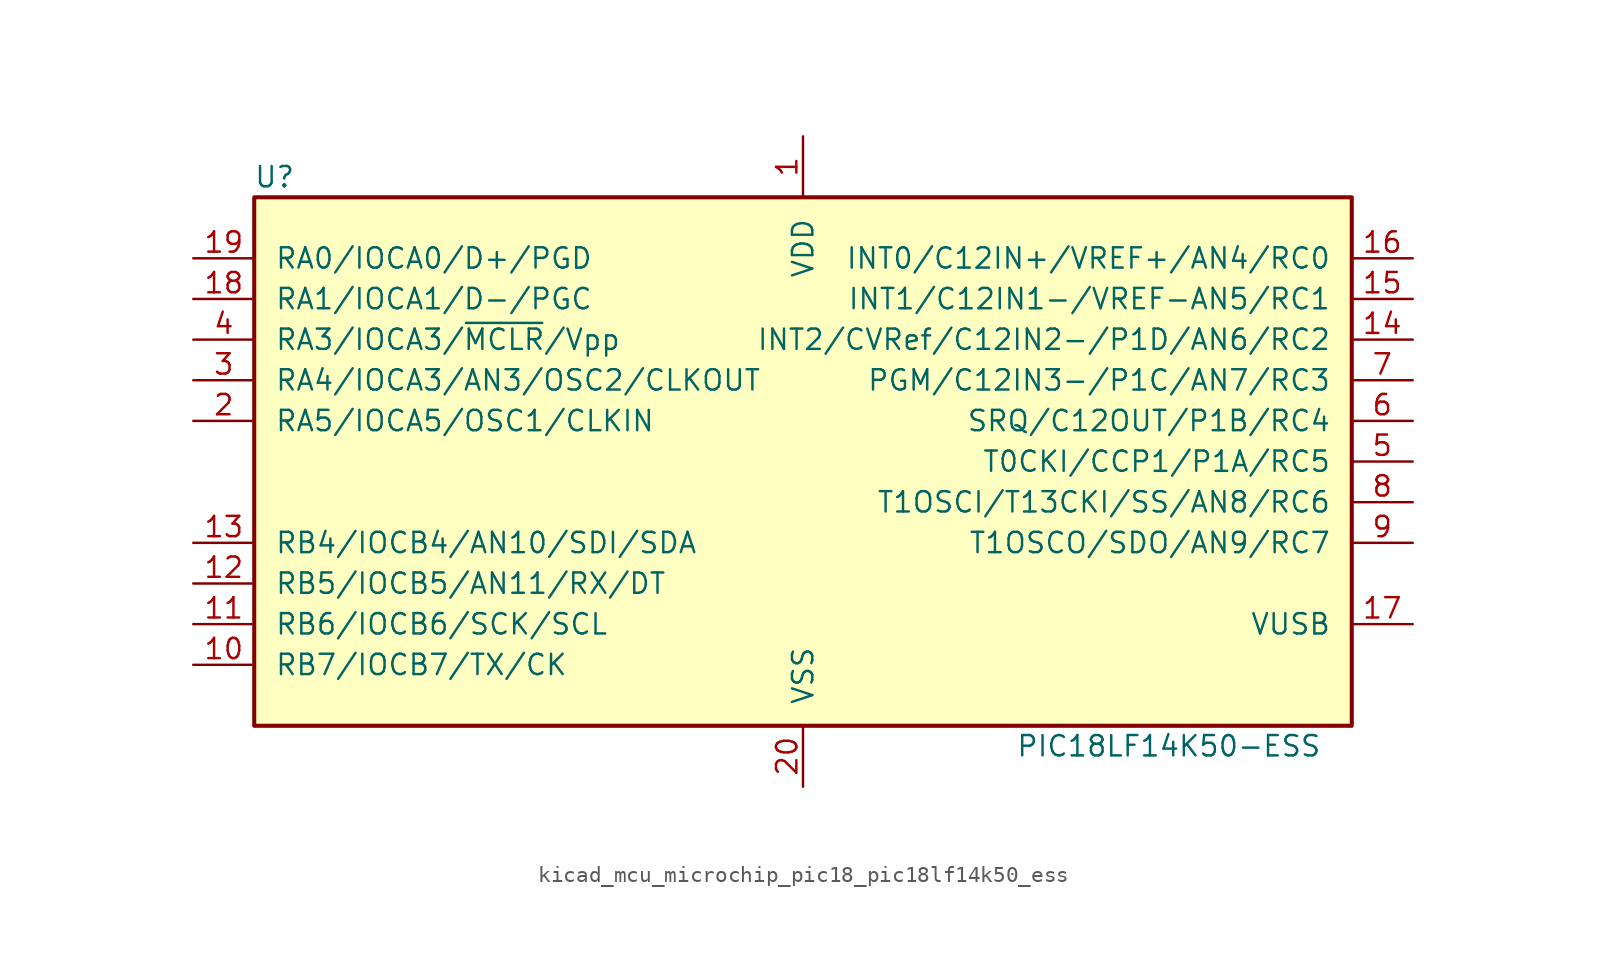
<source format=kicad_sym>
(kicad_symbol_lib
  (version 20220914)
  (generator kicad_symbol_editor)
  (symbol "kicad_mcu_microchip_pic18_pic18lf14k50_ess"
    (pin_names
      (offset 1.27))
    (property "Reference" "U"
      (at -33.02 17.78 0)
      (effects (font (size 1.27 1.27))))
    (property "Value" "PIC18LF14K50-ESS"
      (at 22.86 -17.78 0)
      (effects (font (size 1.27 1.27))))
    (symbol "kicad_mcu_microchip_pic18_pic18lf14k50_ess_0_1"
      (rectangle (start -34.29 16.51) (end 34.29 -16.51) (stroke (width 0.254) (type default)) (fill (type background))))
    (symbol "kicad_mcu_microchip_pic18_pic18lf14k50_ess_1_1"
      (pin power_in line (at 0 20.32 270) (length 3.81) (name "VDD" (effects (font (size 1.27 1.27)))) (number "1" (effects (font (size 1.27 1.27)))))
      (pin bidirectional line (at -38.1 -12.7 0) (length 3.81) (name "RB7/IOCB7/TX/CK" (effects (font (size 1.27 1.27)))) (number "10" (effects (font (size 1.27 1.27)))))
      (pin bidirectional line (at -38.1 -10.16 0) (length 3.81) (name "RB6/IOCB6/SCK/SCL" (effects (font (size 1.27 1.27)))) (number "11" (effects (font (size 1.27 1.27)))))
      (pin bidirectional line (at -38.1 -7.62 0) (length 3.81) (name "RB5/IOCB5/AN11/RX/DT" (effects (font (size 1.27 1.27)))) (number "12" (effects (font (size 1.27 1.27)))))
      (pin bidirectional line (at -38.1 -5.08 0) (length 3.81) (name "RB4/IOCB4/AN10/SDI/SDA" (effects (font (size 1.27 1.27)))) (number "13" (effects (font (size 1.27 1.27)))))
      (pin bidirectional line (at 38.1 7.62 180) (length 3.81) (name "INT2/CVRef/C12IN2-/P1D/AN6/RC2" (effects (font (size 1.27 1.27)))) (number "14" (effects (font (size 1.27 1.27)))))
      (pin bidirectional line (at 38.1 10.16 180) (length 3.81) (name "INT1/C12IN1-/VREF-AN5/RC1" (effects (font (size 1.27 1.27)))) (number "15" (effects (font (size 1.27 1.27)))))
      (pin bidirectional line (at 38.1 12.7 180) (length 3.81) (name "INT0/C12IN+/VREF+/AN4/RC0" (effects (font (size 1.27 1.27)))) (number "16" (effects (font (size 1.27 1.27)))))
      (pin passive line (at 38.1 -10.16 180) (length 3.81) (name "VUSB" (effects (font (size 1.27 1.27)))) (number "17" (effects (font (size 1.27 1.27)))))
      (pin bidirectional line (at -38.1 10.16 0) (length 3.81) (name "RA1/IOCA1/D-/PGC" (effects (font (size 1.27 1.27)))) (number "18" (effects (font (size 1.27 1.27)))))
      (pin bidirectional line (at -38.1 12.7 0) (length 3.81) (name "RA0/IOCA0/D+/PGD" (effects (font (size 1.27 1.27)))) (number "19" (effects (font (size 1.27 1.27)))))
      (pin bidirectional line (at -38.1 2.54 0) (length 3.81) (name "RA5/IOCA5/OSC1/CLKIN" (effects (font (size 1.27 1.27)))) (number "2" (effects (font (size 1.27 1.27)))))
      (pin power_in line (at 0 -20.32 90) (length 3.81) (name "VSS" (effects (font (size 1.27 1.27)))) (number "20" (effects (font (size 1.27 1.27)))))
      (pin bidirectional line (at -38.1 5.08 0) (length 3.81) (name "RA4/IOCA3/AN3/OSC2/CLKOUT" (effects (font (size 1.27 1.27)))) (number "3" (effects (font (size 1.27 1.27)))))
      (pin input line (at -38.1 7.62 0) (length 3.81) (name "RA3/IOCA3/~{MCLR}/Vpp" (effects (font (size 1.27 1.27)))) (number "4" (effects (font (size 1.27 1.27)))))
      (pin bidirectional line (at 38.1 0 180) (length 3.81) (name "T0CKI/CCP1/P1A/RC5" (effects (font (size 1.27 1.27)))) (number "5" (effects (font (size 1.27 1.27)))))
      (pin bidirectional line (at 38.1 2.54 180) (length 3.81) (name "SRQ/C12OUT/P1B/RC4" (effects (font (size 1.27 1.27)))) (number "6" (effects (font (size 1.27 1.27)))))
      (pin bidirectional line (at 38.1 5.08 180) (length 3.81) (name "PGM/C12IN3-/P1C/AN7/RC3" (effects (font (size 1.27 1.27)))) (number "7" (effects (font (size 1.27 1.27)))))
      (pin bidirectional line (at 38.1 -2.54 180) (length 3.81) (name "T1OSCI/T13CKI/SS/AN8/RC6" (effects (font (size 1.27 1.27)))) (number "8" (effects (font (size 1.27 1.27)))))
      (pin bidirectional line (at 38.1 -5.08 180) (length 3.81) (name "T1OSCO/SDO/AN9/RC7" (effects (font (size 1.27 1.27)))) (number "9" (effects (font (size 1.27 1.27))))))))
</source>
